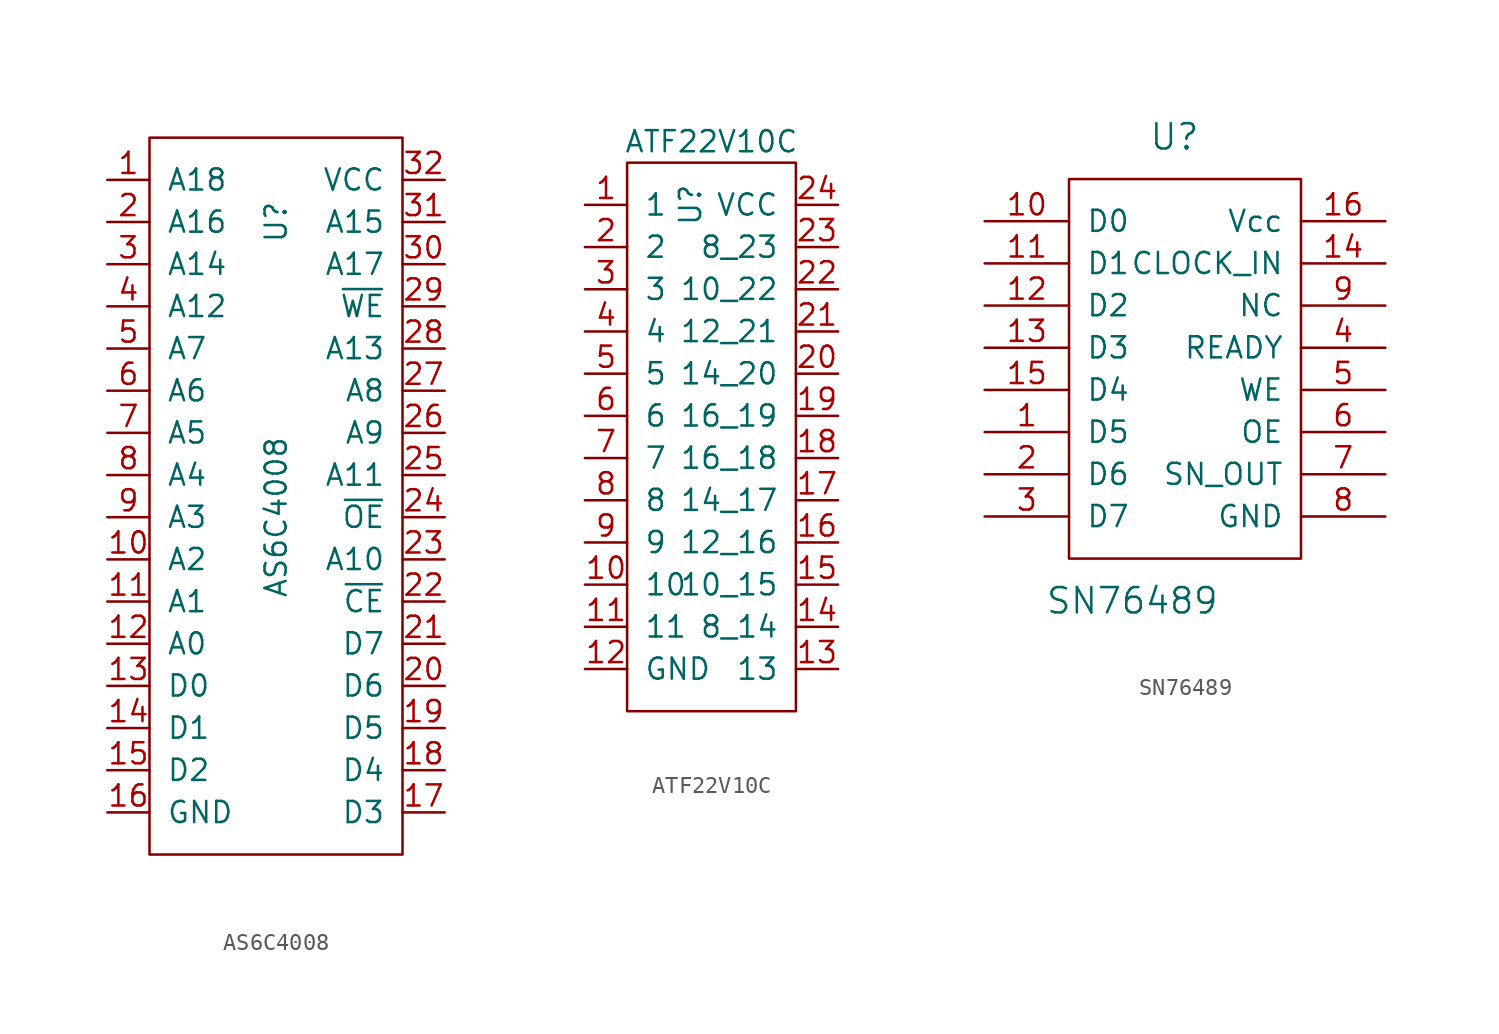
<source format=kicad_sym>
(kicad_symbol_lib
  (version 20211014)
  (generator kicad_symbol_editor)
  (symbol "AS6C4008"
    (pin_names
      (offset 1.016))
    (property "Reference" "U"
      (at 0 17.78 90)
      (effects (font (size 1.27 1.27))))
    (property "Value" "AS6C4008"
      (at 0 0 90)
      (effects (font (size 1.27 1.27))))
    (symbol "AS6C4008_0_1"
      (rectangle (start -7.62 22.86) (end 7.62 -20.32) (stroke (width 0) (type default) (color 0 0 0 0)) (fill (type none))))
    (symbol "AS6C4008_1_1"
      (pin input line (at -10.16 20.32 0) (length 2.54) (name "A18" (effects (font (size 1.27 1.27)))) (number "1" (effects (font (size 1.27 1.27)))))
      (pin input line (at -10.16 -2.54 0) (length 2.54) (name "A2" (effects (font (size 1.27 1.27)))) (number "10" (effects (font (size 1.27 1.27)))))
      (pin input line (at -10.16 -5.08 0) (length 2.54) (name "A1" (effects (font (size 1.27 1.27)))) (number "11" (effects (font (size 1.27 1.27)))))
      (pin input line (at -10.16 -7.62 0) (length 2.54) (name "A0" (effects (font (size 1.27 1.27)))) (number "12" (effects (font (size 1.27 1.27)))))
      (pin bidirectional line (at -10.16 -10.16 0) (length 2.54) (name "D0" (effects (font (size 1.27 1.27)))) (number "13" (effects (font (size 1.27 1.27)))))
      (pin bidirectional line (at -10.16 -12.7 0) (length 2.54) (name "D1" (effects (font (size 1.27 1.27)))) (number "14" (effects (font (size 1.27 1.27)))))
      (pin bidirectional line (at -10.16 -15.24 0) (length 2.54) (name "D2" (effects (font (size 1.27 1.27)))) (number "15" (effects (font (size 1.27 1.27)))))
      (pin power_in line (at -10.16 -17.78 0) (length 2.54) (name "GND" (effects (font (size 1.27 1.27)))) (number "16" (effects (font (size 1.27 1.27)))))
      (pin bidirectional line (at 10.16 -17.78 180) (length 2.54) (name "D3" (effects (font (size 1.27 1.27)))) (number "17" (effects (font (size 1.27 1.27)))))
      (pin bidirectional line (at 10.16 -15.24 180) (length 2.54) (name "D4" (effects (font (size 1.27 1.27)))) (number "18" (effects (font (size 1.27 1.27)))))
      (pin bidirectional line (at 10.16 -12.7 180) (length 2.54) (name "D5" (effects (font (size 1.27 1.27)))) (number "19" (effects (font (size 1.27 1.27)))))
      (pin input line (at -10.16 17.78 0) (length 2.54) (name "A16" (effects (font (size 1.27 1.27)))) (number "2" (effects (font (size 1.27 1.27)))))
      (pin bidirectional line (at 10.16 -10.16 180) (length 2.54) (name "D6" (effects (font (size 1.27 1.27)))) (number "20" (effects (font (size 1.27 1.27)))))
      (pin bidirectional line (at 10.16 -7.62 180) (length 2.54) (name "D7" (effects (font (size 1.27 1.27)))) (number "21" (effects (font (size 1.27 1.27)))))
      (pin input line (at 10.16 -5.08 180) (length 2.54) (name "~{CE}" (effects (font (size 1.27 1.27)))) (number "22" (effects (font (size 1.27 1.27)))))
      (pin input line (at 10.16 -2.54 180) (length 2.54) (name "A10" (effects (font (size 1.27 1.27)))) (number "23" (effects (font (size 1.27 1.27)))))
      (pin input line (at 10.16 0 180) (length 2.54) (name "~{OE}" (effects (font (size 1.27 1.27)))) (number "24" (effects (font (size 1.27 1.27)))))
      (pin input line (at 10.16 2.54 180) (length 2.54) (name "A11" (effects (font (size 1.27 1.27)))) (number "25" (effects (font (size 1.27 1.27)))))
      (pin input line (at 10.16 5.08 180) (length 2.54) (name "A9" (effects (font (size 1.27 1.27)))) (number "26" (effects (font (size 1.27 1.27)))))
      (pin input line (at 10.16 7.62 180) (length 2.54) (name "A8" (effects (font (size 1.27 1.27)))) (number "27" (effects (font (size 1.27 1.27)))))
      (pin input line (at 10.16 10.16 180) (length 2.54) (name "A13" (effects (font (size 1.27 1.27)))) (number "28" (effects (font (size 1.27 1.27)))))
      (pin input line (at 10.16 12.7 180) (length 2.54) (name "~{WE}" (effects (font (size 1.27 1.27)))) (number "29" (effects (font (size 1.27 1.27)))))
      (pin input line (at -10.16 15.24 0) (length 2.54) (name "A14" (effects (font (size 1.27 1.27)))) (number "3" (effects (font (size 1.27 1.27)))))
      (pin input line (at 10.16 15.24 180) (length 2.54) (name "A17" (effects (font (size 1.27 1.27)))) (number "30" (effects (font (size 1.27 1.27)))))
      (pin input line (at 10.16 17.78 180) (length 2.54) (name "A15" (effects (font (size 1.27 1.27)))) (number "31" (effects (font (size 1.27 1.27)))))
      (pin power_in line (at 10.16 20.32 180) (length 2.54) (name "VCC" (effects (font (size 1.27 1.27)))) (number "32" (effects (font (size 1.27 1.27)))))
      (pin input line (at -10.16 12.7 0) (length 2.54) (name "A12" (effects (font (size 1.27 1.27)))) (number "4" (effects (font (size 1.27 1.27)))))
      (pin input line (at -10.16 10.16 0) (length 2.54) (name "A7" (effects (font (size 1.27 1.27)))) (number "5" (effects (font (size 1.27 1.27)))))
      (pin input line (at -10.16 7.62 0) (length 2.54) (name "A6" (effects (font (size 1.27 1.27)))) (number "6" (effects (font (size 1.27 1.27)))))
      (pin input line (at -10.16 5.08 0) (length 2.54) (name "A5" (effects (font (size 1.27 1.27)))) (number "7" (effects (font (size 1.27 1.27)))))
      (pin input line (at -10.16 2.54 0) (length 2.54) (name "A4" (effects (font (size 1.27 1.27)))) (number "8" (effects (font (size 1.27 1.27)))))
      (pin input line (at -10.16 0 0) (length 2.54) (name "A3" (effects (font (size 1.27 1.27)))) (number "9" (effects (font (size 1.27 1.27)))))))
  (symbol "ATF22V10C"
    (pin_names
      (offset 1.016))
    (property "Reference" "U"
      (at -1.27 7.62 90)
      (effects (font (size 1.27 1.27))))
    (property "Value" "ATF22V10C"
      (at 0 11.43 0)
      (effects (font (size 1.27 1.27))))
    (symbol "ATF22V10C_0_1"
      (rectangle (start -5.08 10.16) (end 5.08 -22.86) (stroke (width 0) (type default) (color 0 0 0 0)) (fill (type none))))
    (symbol "ATF22V10C_1_1"
      (pin input line (at -7.62 7.62 0) (length 2.54) (name "1" (effects (font (size 1.27 1.27)))) (number "1" (effects (font (size 1.27 1.27)))))
      (pin input line (at -7.62 -15.24 0) (length 2.54) (name "10" (effects (font (size 1.27 1.27)))) (number "10" (effects (font (size 1.27 1.27)))))
      (pin input line (at -7.62 -17.78 0) (length 2.54) (name "11" (effects (font (size 1.27 1.27)))) (number "11" (effects (font (size 1.27 1.27)))))
      (pin power_in line (at -7.62 -20.32 0) (length 2.54) (name "GND" (effects (font (size 1.27 1.27)))) (number "12" (effects (font (size 1.27 1.27)))))
      (pin input line (at 7.62 -20.32 180) (length 2.54) (name "13" (effects (font (size 1.27 1.27)))) (number "13" (effects (font (size 1.27 1.27)))))
      (pin bidirectional line (at 7.62 -17.78 180) (length 2.54) (name "8_14" (effects (font (size 1.27 1.27)))) (number "14" (effects (font (size 1.27 1.27)))))
      (pin bidirectional line (at 7.62 -15.24 180) (length 2.54) (name "10_15" (effects (font (size 1.27 1.27)))) (number "15" (effects (font (size 1.27 1.27)))))
      (pin bidirectional line (at 7.62 -12.7 180) (length 2.54) (name "12_16" (effects (font (size 1.27 1.27)))) (number "16" (effects (font (size 1.27 1.27)))))
      (pin bidirectional line (at 7.62 -10.16 180) (length 2.54) (name "14_17" (effects (font (size 1.27 1.27)))) (number "17" (effects (font (size 1.27 1.27)))))
      (pin bidirectional line (at 7.62 -7.62 180) (length 2.54) (name "16_18" (effects (font (size 1.27 1.27)))) (number "18" (effects (font (size 1.27 1.27)))))
      (pin bidirectional line (at 7.62 -5.08 180) (length 2.54) (name "16_19" (effects (font (size 1.27 1.27)))) (number "19" (effects (font (size 1.27 1.27)))))
      (pin input line (at -7.62 5.08 0) (length 2.54) (name "2" (effects (font (size 1.27 1.27)))) (number "2" (effects (font (size 1.27 1.27)))))
      (pin bidirectional line (at 7.62 -2.54 180) (length 2.54) (name "14_20" (effects (font (size 1.27 1.27)))) (number "20" (effects (font (size 1.27 1.27)))))
      (pin bidirectional line (at 7.62 0 180) (length 2.54) (name "12_21" (effects (font (size 1.27 1.27)))) (number "21" (effects (font (size 1.27 1.27)))))
      (pin bidirectional line (at 7.62 2.54 180) (length 2.54) (name "10_22" (effects (font (size 1.27 1.27)))) (number "22" (effects (font (size 1.27 1.27)))))
      (pin bidirectional line (at 7.62 5.08 180) (length 2.54) (name "8_23" (effects (font (size 1.27 1.27)))) (number "23" (effects (font (size 1.27 1.27)))))
      (pin power_in line (at 7.62 7.62 180) (length 2.54) (name "VCC" (effects (font (size 1.27 1.27)))) (number "24" (effects (font (size 1.27 1.27)))))
      (pin input line (at -7.62 2.54 0) (length 2.54) (name "3" (effects (font (size 1.27 1.27)))) (number "3" (effects (font (size 1.27 1.27)))))
      (pin input line (at -7.62 0 0) (length 2.54) (name "4" (effects (font (size 1.27 1.27)))) (number "4" (effects (font (size 1.27 1.27)))))
      (pin input line (at -7.62 -2.54 0) (length 2.54) (name "5" (effects (font (size 1.27 1.27)))) (number "5" (effects (font (size 1.27 1.27)))))
      (pin input line (at -7.62 -5.08 0) (length 2.54) (name "6" (effects (font (size 1.27 1.27)))) (number "6" (effects (font (size 1.27 1.27)))))
      (pin input line (at -7.62 -7.62 0) (length 2.54) (name "7" (effects (font (size 1.27 1.27)))) (number "7" (effects (font (size 1.27 1.27)))))
      (pin input line (at -7.62 -10.16 0) (length 2.54) (name "8" (effects (font (size 1.27 1.27)))) (number "8" (effects (font (size 1.27 1.27)))))
      (pin input line (at -7.62 -12.7 0) (length 2.54) (name "9" (effects (font (size 1.27 1.27)))) (number "9" (effects (font (size 1.27 1.27)))))))
  (symbol "SN76489"
    (pin_names
      (offset 1.016))
    (property "Reference" "U"
      (at 1.27 20.32 0)
      (effects (font (size 1.524 1.524))))
    (property "Value" "SN76489"
      (at -1.27 -7.62 0)
      (effects (font (size 1.524 1.524))))
    (symbol "SN76489_0_1"
      (rectangle (start -5.08 17.78) (end 8.89 -5.08) (stroke (width 0) (type default) (color 0 0 0 0)) (fill (type none))))
    (symbol "SN76489_1_1"
      (pin input line (at -10.16 2.54 0) (length 5.08) (name "D5" (effects (font (size 1.27 1.27)))) (number "1" (effects (font (size 1.27 1.27)))))
      (pin input line (at -10.16 15.24 0) (length 5.08) (name "D0" (effects (font (size 1.27 1.27)))) (number "10" (effects (font (size 1.27 1.27)))))
      (pin input line (at -10.16 12.7 0) (length 5.08) (name "D1" (effects (font (size 1.27 1.27)))) (number "11" (effects (font (size 1.27 1.27)))))
      (pin input line (at -10.16 10.16 0) (length 5.08) (name "D2" (effects (font (size 1.27 1.27)))) (number "12" (effects (font (size 1.27 1.27)))))
      (pin input line (at -10.16 7.62 0) (length 5.08) (name "D3" (effects (font (size 1.27 1.27)))) (number "13" (effects (font (size 1.27 1.27)))))
      (pin input line (at 13.97 12.7 180) (length 5.08) (name "CLOCK_IN" (effects (font (size 1.27 1.27)))) (number "14" (effects (font (size 1.27 1.27)))))
      (pin input line (at -10.16 5.08 0) (length 5.08) (name "D4" (effects (font (size 1.27 1.27)))) (number "15" (effects (font (size 1.27 1.27)))))
      (pin input line (at 13.97 15.24 180) (length 5.08) (name "Vcc" (effects (font (size 1.27 1.27)))) (number "16" (effects (font (size 1.27 1.27)))))
      (pin input line (at -10.16 0 0) (length 5.08) (name "D6" (effects (font (size 1.27 1.27)))) (number "2" (effects (font (size 1.27 1.27)))))
      (pin input line (at -10.16 -2.54 0) (length 5.08) (name "D7" (effects (font (size 1.27 1.27)))) (number "3" (effects (font (size 1.27 1.27)))))
      (pin input line (at 13.97 7.62 180) (length 5.08) (name "READY" (effects (font (size 1.27 1.27)))) (number "4" (effects (font (size 1.27 1.27)))))
      (pin input line (at 13.97 5.08 180) (length 5.08) (name "WE" (effects (font (size 1.27 1.27)))) (number "5" (effects (font (size 1.27 1.27)))))
      (pin input line (at 13.97 2.54 180) (length 5.08) (name "OE" (effects (font (size 1.27 1.27)))) (number "6" (effects (font (size 1.27 1.27)))))
      (pin input line (at 13.97 0 180) (length 5.08) (name "SN_OUT" (effects (font (size 1.27 1.27)))) (number "7" (effects (font (size 1.27 1.27)))))
      (pin input line (at 13.97 -2.54 180) (length 5.08) (name "GND" (effects (font (size 1.27 1.27)))) (number "8" (effects (font (size 1.27 1.27)))))
      (pin input line (at 13.97 10.16 180) (length 5.08) (name "NC" (effects (font (size 1.27 1.27)))) (number "9" (effects (font (size 1.27 1.27))))))))
</source>
